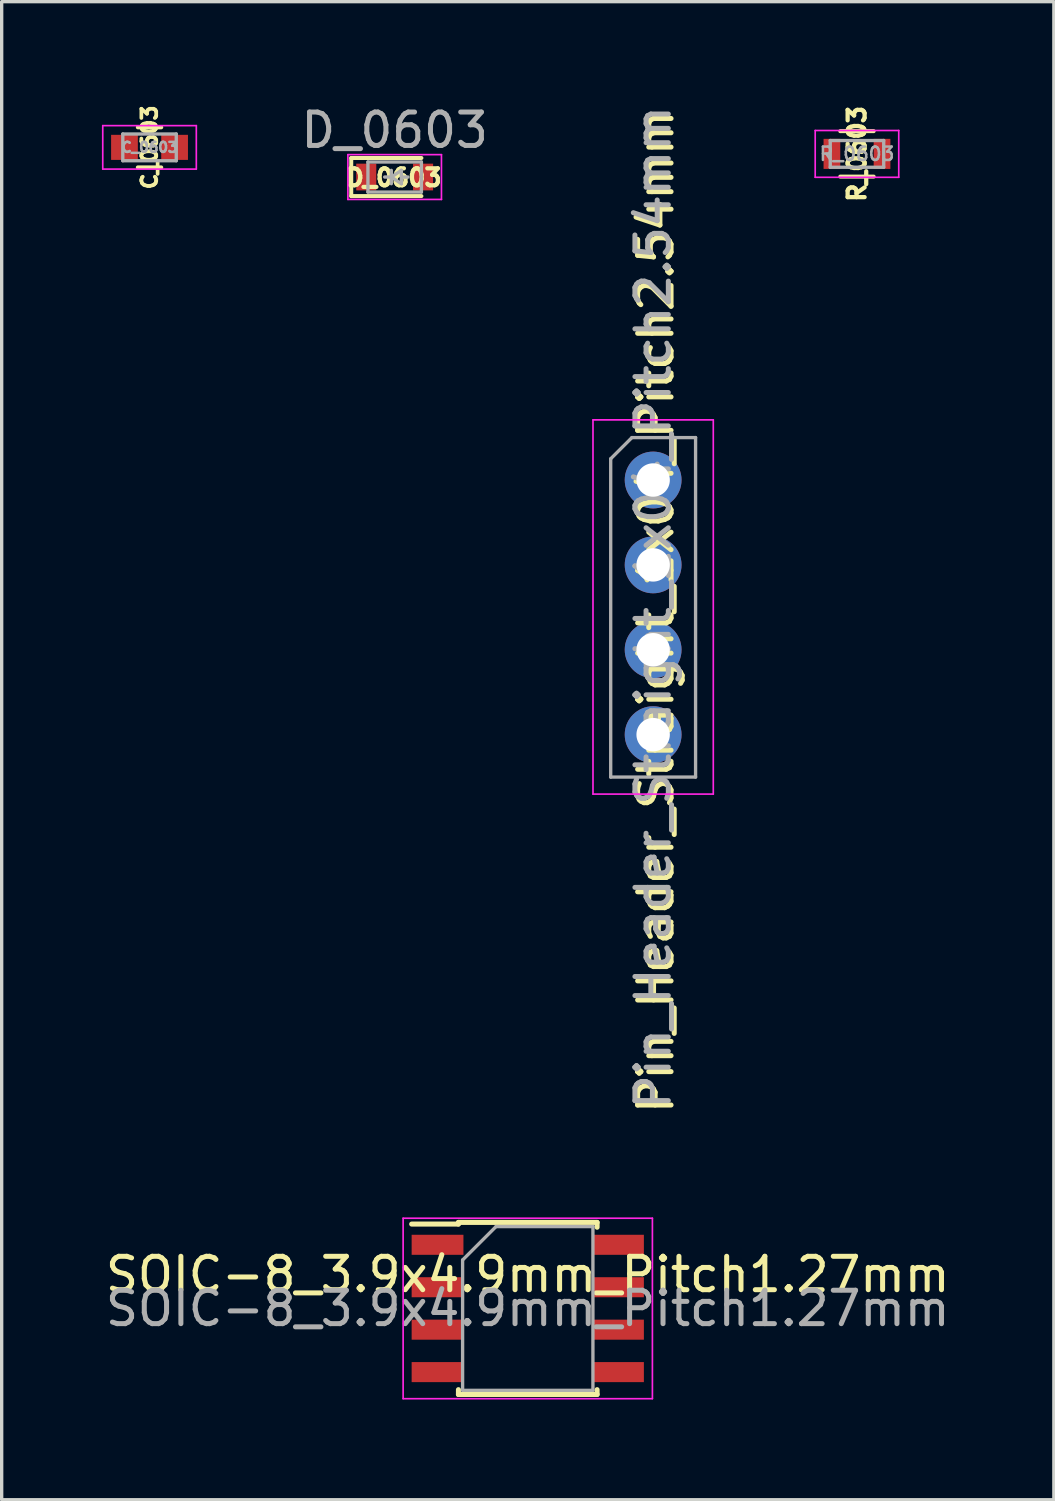
<source format=kicad_pcb>
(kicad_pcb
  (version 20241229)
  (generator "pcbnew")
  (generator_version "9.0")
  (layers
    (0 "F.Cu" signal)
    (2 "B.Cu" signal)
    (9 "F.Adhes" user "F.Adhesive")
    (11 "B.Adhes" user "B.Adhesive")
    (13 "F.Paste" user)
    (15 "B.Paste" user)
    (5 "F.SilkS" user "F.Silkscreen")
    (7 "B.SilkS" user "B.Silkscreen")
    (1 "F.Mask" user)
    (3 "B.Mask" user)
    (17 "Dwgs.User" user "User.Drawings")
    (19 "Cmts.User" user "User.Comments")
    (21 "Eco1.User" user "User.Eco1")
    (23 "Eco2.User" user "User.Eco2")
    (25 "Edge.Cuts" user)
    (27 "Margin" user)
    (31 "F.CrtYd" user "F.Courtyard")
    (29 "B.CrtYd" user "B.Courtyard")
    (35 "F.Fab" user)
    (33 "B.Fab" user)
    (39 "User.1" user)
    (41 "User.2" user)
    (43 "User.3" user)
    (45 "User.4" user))
  (footprint "D_0603"
    (layer "F.Cu")
    (at 8.761 2.248)
    (property "Reference" "D_0603" (at -0.027 0.019 0) (layer "F.SilkS") (effects (font (size 0.508 0.508) (thickness 0.127))))
    (attr smd)
    (fp_line (start -1.3 -0.57) (end -1.3 0.57) (stroke (width 0.12) (type solid)) (layer "F.SilkS"))
    (fp_line (start -1.3 -0.57) (end 0.8 -0.57) (stroke (width 0.12) (type solid)) (layer "F.SilkS"))
    (fp_line (start -1.3 0.57) (end 0.8 0.57) (stroke (width 0.12) (type solid)) (layer "F.SilkS"))
    (fp_line (start -1.4 -0.67) (end -1.4 0.67) (stroke (width 0.05) (type solid)) (layer "F.CrtYd"))
    (fp_line (start -1.4 0.67) (end 1.4 0.67) (stroke (width 0.05) (type solid)) (layer "F.CrtYd"))
    (fp_line (start 1.4 -0.67) (end -1.4 -0.67) (stroke (width 0.05) (type solid)) (layer "F.CrtYd"))
    (fp_line (start 1.4 0.67) (end 1.4 -0.67) (stroke (width 0.05) (type solid)) (layer "F.CrtYd"))
    (fp_line (start -0.8 -0.45) (end 0.8 -0.45) (stroke (width 0.1) (type solid)) (layer "F.Fab"))
    (fp_line (start -0.8 0.45) (end -0.8 -0.45) (stroke (width 0.1) (type solid)) (layer "F.Fab"))
    (fp_line (start -0.1 -0.2) (end -0.1 0.2) (stroke (width 0.1) (type solid)) (layer "F.Fab"))
    (fp_line (start -0.1 0) (end -0.3 0) (stroke (width 0.1) (type solid)) (layer "F.Fab"))
    (fp_line (start -0.1 0) (end 0.2 0.2) (stroke (width 0.1) (type solid)) (layer "F.Fab"))
    (fp_line (start 0.2 -0.2) (end -0.1 0) (stroke (width 0.1) (type solid)) (layer "F.Fab"))
    (fp_line (start 0.2 0) (end 0.4 0) (stroke (width 0.1) (type solid)) (layer "F.Fab"))
    (fp_line (start 0.2 0.2) (end 0.2 -0.2) (stroke (width 0.1) (type solid)) (layer "F.Fab"))
    (fp_line (start 0.8 -0.45) (end 0.8 0.45) (stroke (width 0.1) (type solid)) (layer "F.Fab"))
    (fp_line (start 0.8 0.45) (end -0.8 0.45) (stroke (width 0.1) (type solid)) (layer "F.Fab"))
    (fp_text user "${REFERENCE}" (at 0 -1.4 0) (layer "F.Fab") (effects (font (size 1 1) (thickness 0.15))))
    (pad "1" smd rect (at -0.85 0) (size 0.6 0.8) (layers "F.Cu" "F.Mask" "F.Paste"))
    (pad "2" smd rect (at 0.85 0) (size 0.6 0.8) (layers "F.Cu" "F.Mask" "F.Paste")))
  (footprint "C_0603"
    (layer "F.Cu")
    (at 1.425 1.36)
    (property "Reference" "C_0603" (at 0 0 90) (layer "F.SilkS") (effects (font (size 0.445 0.445) (thickness 0.111))))
    (attr smd)
    (fp_line (start -0.35 -0.6) (end 0.35 -0.6) (stroke (width 0.12) (type solid)) (layer "F.SilkS"))
    (fp_line (start 0.35 0.6) (end -0.35 0.6) (stroke (width 0.12) (type solid)) (layer "F.SilkS"))
    (fp_line (start -1.4 -0.65) (end -1.4 0.65) (stroke (width 0.05) (type solid)) (layer "F.CrtYd"))
    (fp_line (start -1.4 -0.65) (end 1.4 -0.65) (stroke (width 0.05) (type solid)) (layer "F.CrtYd"))
    (fp_line (start 1.4 0.65) (end -1.4 0.65) (stroke (width 0.05) (type solid)) (layer "F.CrtYd"))
    (fp_line (start 1.4 0.65) (end 1.4 -0.65) (stroke (width 0.05) (type solid)) (layer "F.CrtYd"))
    (fp_line (start -0.8 -0.4) (end 0.8 -0.4) (stroke (width 0.1) (type solid)) (layer "F.Fab"))
    (fp_line (start -0.8 0.4) (end -0.8 -0.4) (stroke (width 0.1) (type solid)) (layer "F.Fab"))
    (fp_line (start 0.8 -0.4) (end 0.8 0.4) (stroke (width 0.1) (type solid)) (layer "F.Fab"))
    (fp_line (start 0.8 0.4) (end -0.8 0.4) (stroke (width 0.1) (type solid)) (layer "F.Fab"))
    (fp_text user "${REFERENCE}" (at 0 0 0) (layer "F.Fab") (effects (font (size 0.3 0.3) (thickness 0.075))))
    (pad "1" smd rect (at -0.75 0) (size 0.8 0.75) (layers "F.Cu" "F.Mask" "F.Paste"))
    (pad "2" smd rect (at 0.75 0) (size 0.8 0.75) (layers "F.Cu" "F.Mask" "F.Paste")))
  (footprint "R_0603"
    (layer "F.Cu")
    (at 22.596 1.555)
    (property "Reference" "R_0603" (at 0 0 90) (layer "F.SilkS") (effects (font (size 0.508 0.508) (thickness 0.127))))
    (attr smd)
    (fp_line (start -0.5 -0.68) (end 0.5 -0.68) (stroke (width 0.12) (type solid)) (layer "F.SilkS"))
    (fp_line (start 0.5 0.68) (end -0.5 0.68) (stroke (width 0.12) (type solid)) (layer "F.SilkS"))
    (fp_line (start -1.25 -0.7) (end -1.25 0.7) (stroke (width 0.05) (type solid)) (layer "F.CrtYd"))
    (fp_line (start -1.25 -0.7) (end 1.25 -0.7) (stroke (width 0.05) (type solid)) (layer "F.CrtYd"))
    (fp_line (start 1.25 0.7) (end -1.25 0.7) (stroke (width 0.05) (type solid)) (layer "F.CrtYd"))
    (fp_line (start 1.25 0.7) (end 1.25 -0.7) (stroke (width 0.05) (type solid)) (layer "F.CrtYd"))
    (fp_line (start -0.8 -0.4) (end 0.8 -0.4) (stroke (width 0.1) (type solid)) (layer "F.Fab"))
    (fp_line (start -0.8 0.4) (end -0.8 -0.4) (stroke (width 0.1) (type solid)) (layer "F.Fab"))
    (fp_line (start 0.8 -0.4) (end 0.8 0.4) (stroke (width 0.1) (type solid)) (layer "F.Fab"))
    (fp_line (start 0.8 0.4) (end -0.8 0.4) (stroke (width 0.1) (type solid)) (layer "F.Fab"))
    (fp_text user "${REFERENCE}" (at 0 0 0) (layer "F.Fab") (effects (font (size 0.4 0.4) (thickness 0.075))))
    (pad "1" smd rect (at -0.75 0) (size 0.5 0.9) (layers "F.Cu" "F.Mask" "F.Paste"))
    (pad "2" smd rect (at 0.75 0) (size 0.5 0.9) (layers "F.Cu" "F.Mask" "F.Paste")))
  (footprint "SOIC-8_3.9x4.9mm_Pitch1.27mm"
    (layer "F.Cu")
    (at 12.744 36.107)
    (property "Reference" "SOIC-8_3.9x4.9mm_Pitch1.27mm" (at 0 -1.016 0) (layer "F.SilkS") (effects (font (size 1 1) (thickness 0.15))))
    (attr smd)
    (fp_line (start -2.075 -2.575) (end -2.075 -2.525) (stroke (width 0.15) (type solid)) (layer "F.SilkS"))
    (fp_line (start -2.075 -2.575) (end 2.075 -2.575) (stroke (width 0.15) (type solid)) (layer "F.SilkS"))
    (fp_line (start -2.075 -2.525) (end -3.475 -2.525) (stroke (width 0.15) (type solid)) (layer "F.SilkS"))
    (fp_line (start -2.075 2.575) (end -2.075 2.43) (stroke (width 0.15) (type solid)) (layer "F.SilkS"))
    (fp_line (start -2.075 2.575) (end 2.075 2.575) (stroke (width 0.15) (type solid)) (layer "F.SilkS"))
    (fp_line (start 2.075 -2.575) (end 2.075 -2.43) (stroke (width 0.15) (type solid)) (layer "F.SilkS"))
    (fp_line (start 2.075 2.575) (end 2.075 2.43) (stroke (width 0.15) (type solid)) (layer "F.SilkS"))
    (fp_line (start -3.73 -2.7) (end -3.73 2.7) (stroke (width 0.05) (type solid)) (layer "F.CrtYd"))
    (fp_line (start -3.73 -2.7) (end 3.73 -2.7) (stroke (width 0.05) (type solid)) (layer "F.CrtYd"))
    (fp_line (start -3.73 2.7) (end 3.73 2.7) (stroke (width 0.05) (type solid)) (layer "F.CrtYd"))
    (fp_line (start 3.73 -2.7) (end 3.73 2.7) (stroke (width 0.05) (type solid)) (layer "F.CrtYd"))
    (fp_line (start -1.95 -1.45) (end -0.95 -2.45) (stroke (width 0.1) (type solid)) (layer "F.Fab"))
    (fp_line (start -1.95 2.45) (end -1.95 -1.45) (stroke (width 0.1) (type solid)) (layer "F.Fab"))
    (fp_line (start -0.95 -2.45) (end 1.95 -2.45) (stroke (width 0.1) (type solid)) (layer "F.Fab"))
    (fp_line (start 1.95 -2.45) (end 1.95 2.45) (stroke (width 0.1) (type solid)) (layer "F.Fab"))
    (fp_line (start 1.95 2.45) (end -1.95 2.45) (stroke (width 0.1) (type solid)) (layer "F.Fab"))
    (fp_text user "${REFERENCE}" (at 0 0 0) (layer "F.Fab") (effects (font (size 1 1) (thickness 0.15))))
    (pad "1" smd rect (at -2.7 -1.905) (size 1.55 0.6) (layers "F.Cu" "F.Mask" "F.Paste"))
    (pad "2" smd rect (at -2.7 -0.635) (size 1.55 0.6) (layers "F.Cu" "F.Mask" "F.Paste"))
    (pad "3" smd rect (at -2.7 0.635) (size 1.55 0.6) (layers "F.Cu" "F.Mask" "F.Paste"))
    (pad "4" smd rect (at -2.7 1.905) (size 1.55 0.6) (layers "F.Cu" "F.Mask" "F.Paste"))
    (pad "5" smd rect (at 2.7 1.905) (size 1.55 0.6) (layers "F.Cu" "F.Mask" "F.Paste"))
    (pad "6" smd rect (at 2.7 0.635) (size 1.55 0.6) (layers "F.Cu" "F.Mask" "F.Paste"))
    (pad "7" smd rect (at 2.7 -0.635) (size 1.55 0.6) (layers "F.Cu" "F.Mask" "F.Paste"))
    (pad "8" smd rect (at 2.7 -1.905) (size 1.55 0.6) (layers "F.Cu" "F.Mask" "F.Paste")))
  (footprint "Pin_Header_Straight_1x04_Pitch2.54mm"
    (layer "F.Cu")
    (at 16.496 11.315)
    (property "Reference" "Pin_Header_Straight_1x04_Pitch2.54mm" (at 0.081 3.942 90) (layer "F.SilkS") (effects (font (size 1 1) (thickness 0.15))))
    (attr through_hole)
    (fp_line (start -1.8 -1.8) (end -1.8 9.4) (stroke (width 0.05) (type solid)) (layer "F.CrtYd"))
    (fp_line (start -1.8 9.4) (end 1.8 9.4) (stroke (width 0.05) (type solid)) (layer "F.CrtYd"))
    (fp_line (start 1.8 -1.8) (end -1.8 -1.8) (stroke (width 0.05) (type solid)) (layer "F.CrtYd"))
    (fp_line (start 1.8 9.4) (end 1.8 -1.8) (stroke (width 0.05) (type solid)) (layer "F.CrtYd"))
    (fp_line (start -1.27 -0.635) (end -0.635 -1.27) (stroke (width 0.1) (type solid)) (layer "F.Fab"))
    (fp_line (start -1.27 8.89) (end -1.27 -0.635) (stroke (width 0.1) (type solid)) (layer "F.Fab"))
    (fp_line (start -0.635 -1.27) (end 1.27 -1.27) (stroke (width 0.1) (type solid)) (layer "F.Fab"))
    (fp_line (start 1.27 -1.27) (end 1.27 8.89) (stroke (width 0.1) (type solid)) (layer "F.Fab"))
    (fp_line (start 1.27 8.89) (end -1.27 8.89) (stroke (width 0.1) (type solid)) (layer "F.Fab"))
    (fp_text user "${REFERENCE}" (at 0 3.81 90) (layer "F.Fab") (effects (font (size 1 1) (thickness 0.15))))
    (pad "1" thru_hole circle (at 0 0) (size 1.7 1.7) (drill 1) (layers "*.Cu" "*.Mask"))
    (pad "2" thru_hole oval (at 0 2.54) (size 1.7 1.7) (drill 1) (layers "*.Cu" "*.Mask"))
    (pad "3" thru_hole oval (at 0 5.08) (size 1.7 1.7) (drill 1) (layers "*.Cu" "*.Mask"))
    (pad "4" thru_hole oval (at 0 7.62) (size 1.7 1.7) (drill 1) (layers "*.Cu" "*.Mask")))
  (gr_rect
    (start -3 -3)
    (end 28.488 41.832)
    (stroke (width 0.1) (type default))
    (fill no)
    (layer "Edge.Cuts")))
</source>
